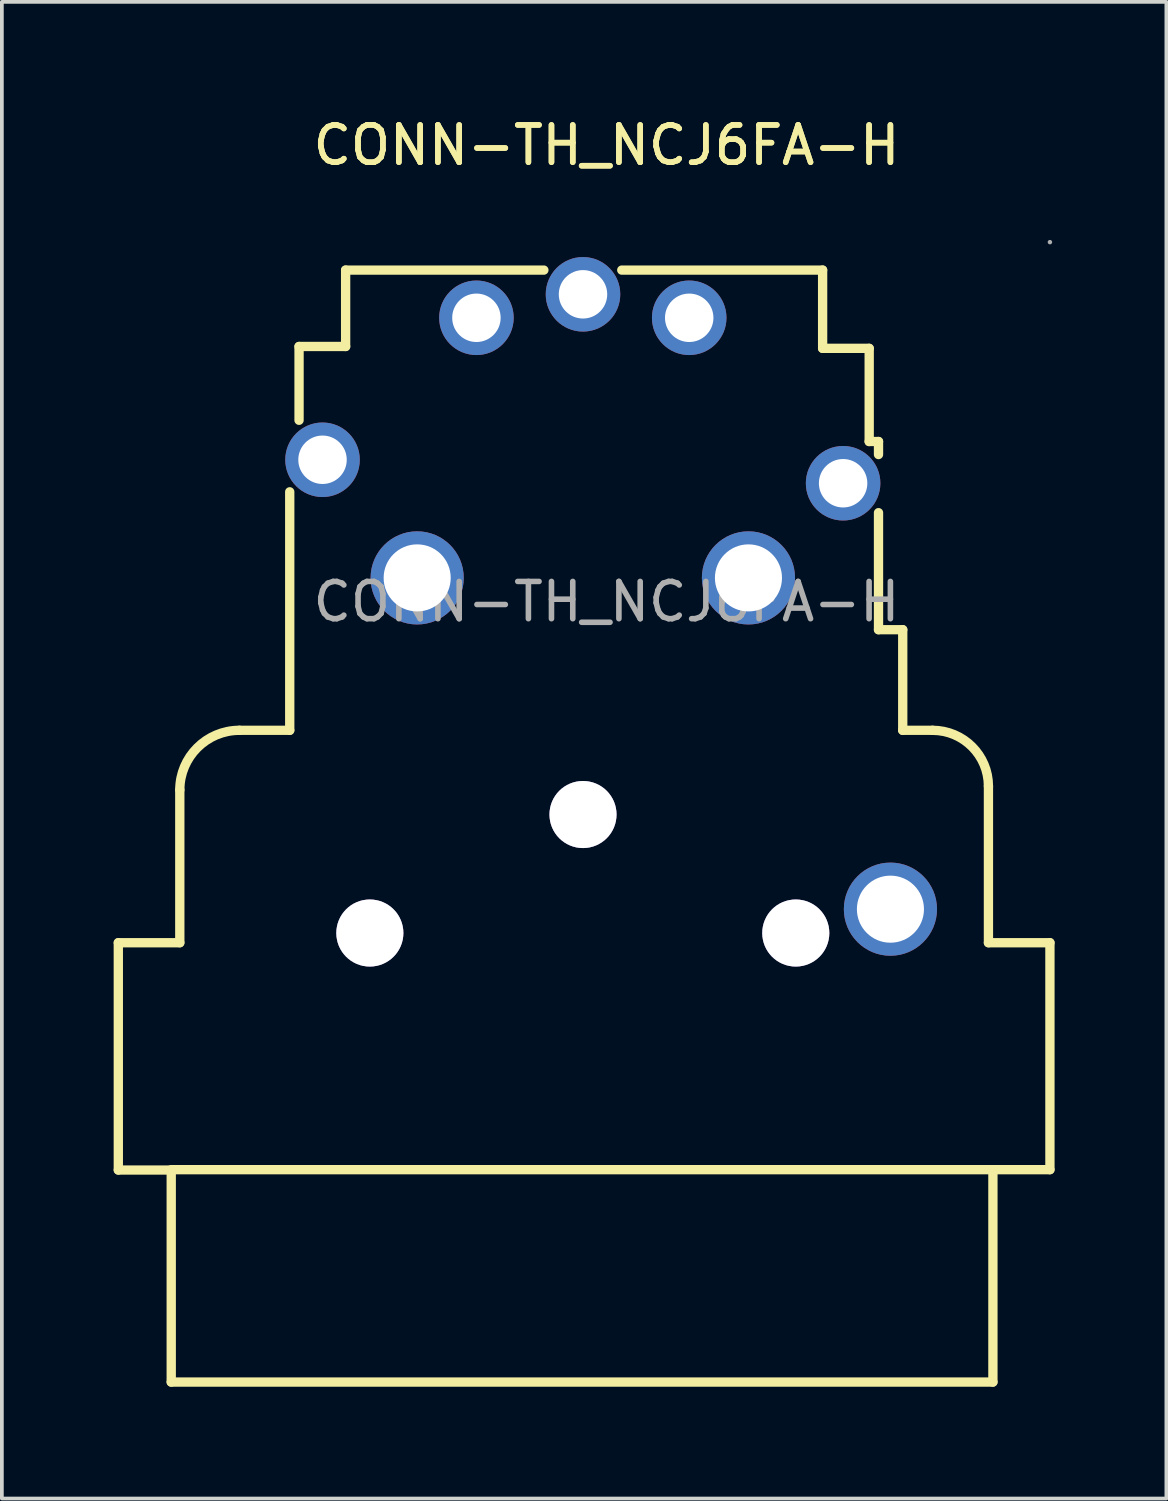
<source format=kicad_pcb>
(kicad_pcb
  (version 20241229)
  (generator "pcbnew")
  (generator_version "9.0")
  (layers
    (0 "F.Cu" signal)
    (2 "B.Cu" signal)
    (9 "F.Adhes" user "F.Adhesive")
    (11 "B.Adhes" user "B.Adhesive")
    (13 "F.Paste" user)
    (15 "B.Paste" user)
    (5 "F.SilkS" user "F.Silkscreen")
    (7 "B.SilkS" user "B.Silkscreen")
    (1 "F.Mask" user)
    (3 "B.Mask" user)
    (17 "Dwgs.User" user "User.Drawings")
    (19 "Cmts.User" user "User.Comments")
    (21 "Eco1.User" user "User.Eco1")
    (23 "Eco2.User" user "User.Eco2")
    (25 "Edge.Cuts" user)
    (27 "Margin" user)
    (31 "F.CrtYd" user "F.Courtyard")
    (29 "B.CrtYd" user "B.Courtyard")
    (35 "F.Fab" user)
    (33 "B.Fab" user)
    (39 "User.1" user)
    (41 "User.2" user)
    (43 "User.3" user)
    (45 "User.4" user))
  (footprint "CONN-TH_NCJ6FA-H"
    (layer "F.Cu")
    (at 13.225 13.098)
    (property "Reference" "CONN-TH_NCJ6FA-H" (at 0 -12.25 0) (layer "F.SilkS") (effects (font (size 1 1) (thickness 0.15))))
    (attr through_hole)
    (fp_line (start -13.1 9.15) (end -13.1 15.25) (stroke (width 0.25) (type solid)) (layer "F.SilkS"))
    (fp_line (start -13.1 15.25) (end -11.68 15.25) (stroke (width 0.25) (type solid)) (layer "F.SilkS"))
    (fp_line (start -11.68 20.94) (end -11.68 15.24) (stroke (width 0.25) (type solid)) (layer "F.SilkS"))
    (fp_line (start -11.63 15.24) (end 10.37 15.24) (stroke (width 0.25) (type solid)) (layer "F.SilkS"))
    (fp_line (start -11.45 5.05) (end -11.45 9.15) (stroke (width 0.25) (type solid)) (layer "F.SilkS"))
    (fp_line (start -11.45 9.15) (end -13.1 9.15) (stroke (width 0.25) (type solid)) (layer "F.SilkS"))
    (fp_line (start -8.5 -2.95) (end -8.5 3.45) (stroke (width 0.25) (type solid)) (layer "F.SilkS"))
    (fp_line (start -8.5 3.45) (end -9.85 3.45) (stroke (width 0.25) (type solid)) (layer "F.SilkS"))
    (fp_line (start -8.25 -6.85) (end -8.25 -4.87) (stroke (width 0.25) (type solid)) (layer "F.SilkS"))
    (fp_line (start -7 -8.9) (end -7 -6.85) (stroke (width 0.25) (type solid)) (layer "F.SilkS"))
    (fp_line (start -7 -6.85) (end -8.25 -6.85) (stroke (width 0.25) (type solid)) (layer "F.SilkS"))
    (fp_line (start -1.68 -8.9) (end -7 -8.9) (stroke (width 0.25) (type solid)) (layer "F.SilkS"))
    (fp_line (start 5.8 -8.9) (end 0.41 -8.9) (stroke (width 0.25) (type solid)) (layer "F.SilkS"))
    (fp_line (start 5.8 -6.8) (end 5.8 -8.9) (stroke (width 0.25) (type solid)) (layer "F.SilkS"))
    (fp_line (start 7.05 -6.8) (end 5.8 -6.8) (stroke (width 0.25) (type solid)) (layer "F.SilkS"))
    (fp_line (start 7.05 -4.3) (end 7.05 -6.8) (stroke (width 0.25) (type solid)) (layer "F.SilkS"))
    (fp_line (start 7.3 -4.3) (end 7.05 -4.3) (stroke (width 0.25) (type solid)) (layer "F.SilkS"))
    (fp_line (start 7.3 -3.95) (end 7.3 -4.3) (stroke (width 0.25) (type solid)) (layer "F.SilkS"))
    (fp_line (start 7.3 0.75) (end 7.3 -2.39) (stroke (width 0.25) (type solid)) (layer "F.SilkS"))
    (fp_line (start 7.95 0.75) (end 7.3 0.75) (stroke (width 0.25) (type solid)) (layer "F.SilkS"))
    (fp_line (start 7.95 3.45) (end 7.95 0.75) (stroke (width 0.25) (type solid)) (layer "F.SilkS"))
    (fp_line (start 8.75 3.45) (end 7.95 3.45) (stroke (width 0.25) (type solid)) (layer "F.SilkS"))
    (fp_line (start 10.25 9.15) (end 10.25 4.95) (stroke (width 0.25) (type solid)) (layer "F.SilkS"))
    (fp_line (start 10.37 15.24) (end 10.37 20.94) (stroke (width 0.25) (type solid)) (layer "F.SilkS"))
    (fp_line (start 10.37 15.24) (end 11.9 15.24) (stroke (width 0.25) (type solid)) (layer "F.SilkS"))
    (fp_line (start 10.37 20.94) (end -11.68 20.94) (stroke (width 0.25) (type solid)) (layer "F.SilkS"))
    (fp_line (start 11.9 9.15) (end 10.25 9.15) (stroke (width 0.25) (type solid)) (layer "F.SilkS"))
    (fp_line (start 11.9 15.24) (end 11.9 9.15) (stroke (width 0.25) (type solid)) (layer "F.SilkS"))
    (fp_arc (start -11.45 5.05) (mid -10.981371 3.918629) (end -9.85 3.45) (stroke (width 0.25) (type solid)) (layer "F.SilkS"))
    (fp_arc (start 8.75 3.45) (mid 9.81066 3.88934) (end 10.25 4.95) (stroke (width 0.25) (type solid)) (layer "F.SilkS"))
    (fp_circle (center -6.35 8.89) (end -5.95 8.89) (stroke (width 0.8) (type solid)) (fill no) (layer "Cmts.User"))
    (fp_circle (center -0.63 5.71) (end -0.23 5.71) (stroke (width 0.8) (type solid)) (fill no) (layer "Cmts.User"))
    (fp_circle (center 5.08 8.89) (end 5.48 8.89) (stroke (width 0.8) (type solid)) (fill no) (layer "Cmts.User"))
    (fp_circle (center 11.9 -9.65) (end 11.93 -9.65) (stroke (width 0.06) (type solid)) (fill no) (layer "F.Fab"))
    (fp_text user "${REFERENCE}" (at 0 -12.25 0) (layer "F.SilkS") (effects (font (size 1 1) (thickness 0.15))))
    (fp_text user "${REFERENCE}" (at 0 0 0) (layer "F.Fab") (effects (font (size 1 1) (thickness 0.15))))
    (pad "" thru_hole circle (at -6.35 8.89) (size 1.8 1.8) (drill 1.8) (layers "*.Cu" "*.Mask"))
    (pad "" thru_hole circle (at -0.63 5.71) (size 1.8 1.8) (drill 1.8) (layers "*.Cu" "*.Mask"))
    (pad "" thru_hole circle (at 5.08 8.89) (size 1.8 1.8) (drill 1.8) (layers "*.Cu" "*.Mask"))
    (pad "1" thru_hole circle (at 6.35 -3.18 180) (size 2 2) (drill 1.3) (layers "*.Cu" "*.Mask"))
    (pad "2" thru_hole circle (at -7.62 -3.81 180) (size 2 2) (drill 1.3) (layers "*.Cu" "*.Mask"))
    (pad "3" thru_hole circle (at -0.63 -8.25 180) (size 2 2) (drill 1.3) (layers "*.Cu" "*.Mask"))
    (pad "4" thru_hole circle (at 2.22 -7.62 180) (size 2 2) (drill 1.3) (layers "*.Cu" "*.Mask"))
    (pad "5" thru_hole circle (at -3.49 -7.62 180) (size 2 2) (drill 1.3) (layers "*.Cu" "*.Mask"))
    (pad "6" thru_hole circle (at 3.81 -0.64 180) (size 2.5 2.5) (drill 1.8) (layers "*.Cu" "*.Mask"))
    (pad "7" thru_hole circle (at -5.08 -0.64 180) (size 2.5 2.5) (drill 1.8) (layers "*.Cu" "*.Mask"))
    (pad "8" thru_hole circle (at 7.62 8.25 180) (size 2.5 2.5) (drill 1.8) (layers "*.Cu" "*.Mask")))
  (gr_rect
    (start -3 -3)
    (end 28.25 37.163)
    (stroke (width 0.1) (type default))
    (fill no)
    (layer "Edge.Cuts")))
</source>
